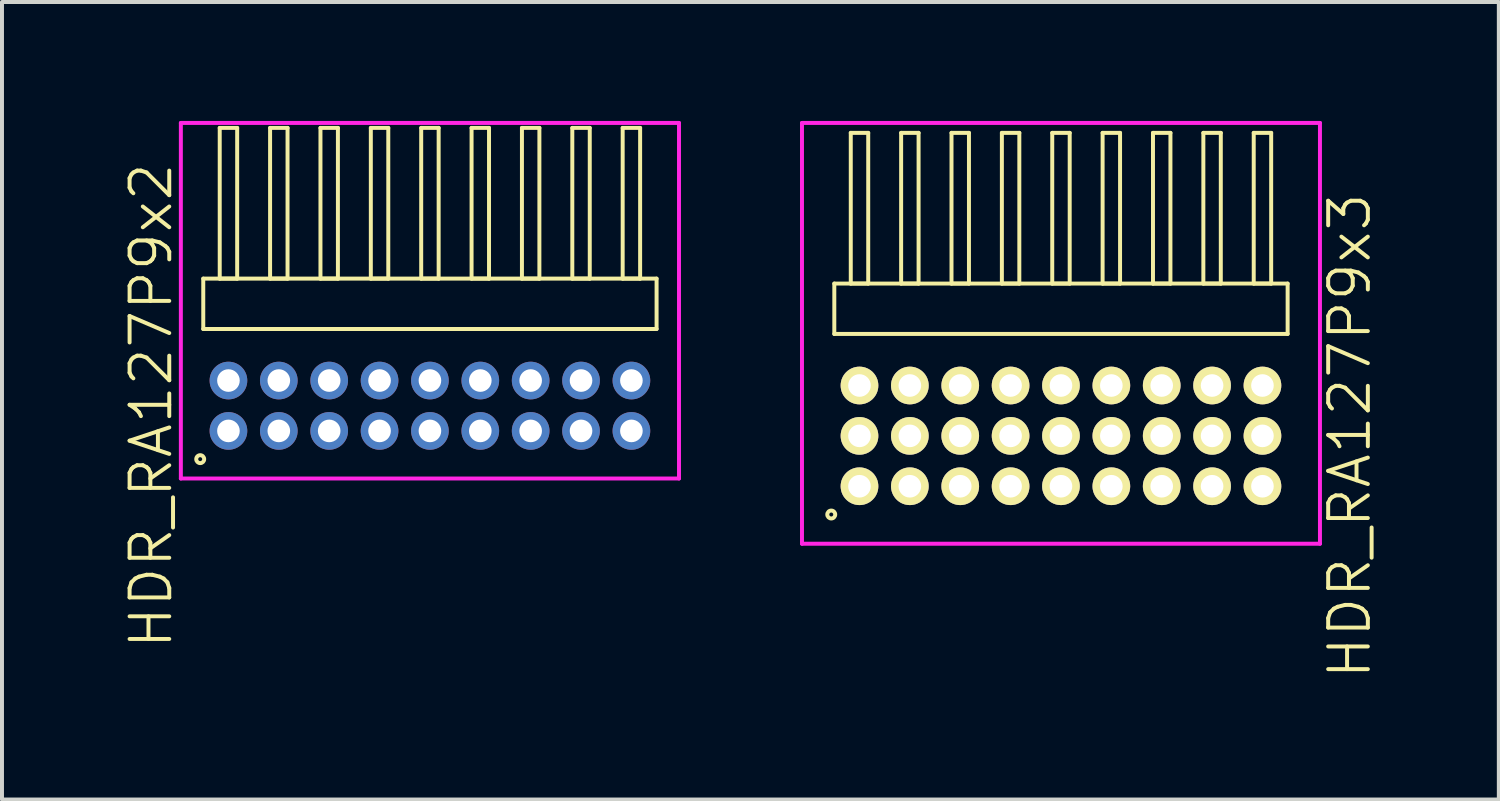
<source format=kicad_pcb>
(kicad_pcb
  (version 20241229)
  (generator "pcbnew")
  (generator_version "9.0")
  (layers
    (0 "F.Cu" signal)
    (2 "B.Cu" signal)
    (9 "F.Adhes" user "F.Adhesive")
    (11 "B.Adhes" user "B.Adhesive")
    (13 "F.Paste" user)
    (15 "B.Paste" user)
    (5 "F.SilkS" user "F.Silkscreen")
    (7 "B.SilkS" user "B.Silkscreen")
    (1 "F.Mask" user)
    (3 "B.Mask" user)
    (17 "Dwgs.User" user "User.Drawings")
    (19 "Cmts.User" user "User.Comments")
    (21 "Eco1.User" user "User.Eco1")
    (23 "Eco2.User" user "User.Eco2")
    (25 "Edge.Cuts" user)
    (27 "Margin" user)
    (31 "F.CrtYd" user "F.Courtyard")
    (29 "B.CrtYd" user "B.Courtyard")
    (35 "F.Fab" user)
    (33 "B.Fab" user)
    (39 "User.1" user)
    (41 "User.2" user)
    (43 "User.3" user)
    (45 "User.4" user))
  (footprint "HDR_RA127P9x3"
    (layer "F.Cu")
    (at 23.701 7.94)
    (property "Reference" "HDR_RA127P9x3" (at 7.28 0 90) (layer "F.SilkS") (effects (font (size 1 1) (thickness 0.1))))
    (attr through_hole)
    (fp_line (start -5.715 -3.84) (end -5.715 -2.57) (stroke (width 0.1) (type solid)) (layer "F.SilkS"))
    (fp_line (start -5.715 -2.57) (end 5.715 -2.57) (stroke (width 0.1) (type solid)) (layer "F.SilkS"))
    (fp_line (start -5.3 -7.64) (end -5.3 -3.84) (stroke (width 0.1) (type solid)) (layer "F.SilkS"))
    (fp_line (start -5.3 -3.84) (end -4.86 -3.84) (stroke (width 0.1) (type solid)) (layer "F.SilkS"))
    (fp_line (start -4.86 -7.64) (end -5.3 -7.64) (stroke (width 0.1) (type solid)) (layer "F.SilkS"))
    (fp_line (start -4.86 -3.84) (end -4.86 -7.64) (stroke (width 0.1) (type solid)) (layer "F.SilkS"))
    (fp_line (start -4.03 -7.64) (end -4.03 -3.84) (stroke (width 0.1) (type solid)) (layer "F.SilkS"))
    (fp_line (start -4.03 -3.84) (end -3.59 -3.84) (stroke (width 0.1) (type solid)) (layer "F.SilkS"))
    (fp_line (start -3.59 -7.64) (end -4.03 -7.64) (stroke (width 0.1) (type solid)) (layer "F.SilkS"))
    (fp_line (start -3.59 -3.84) (end -3.59 -7.64) (stroke (width 0.1) (type solid)) (layer "F.SilkS"))
    (fp_line (start -2.76 -7.64) (end -2.76 -3.84) (stroke (width 0.1) (type solid)) (layer "F.SilkS"))
    (fp_line (start -2.76 -3.84) (end -2.32 -3.84) (stroke (width 0.1) (type solid)) (layer "F.SilkS"))
    (fp_line (start -2.32 -7.64) (end -2.76 -7.64) (stroke (width 0.1) (type solid)) (layer "F.SilkS"))
    (fp_line (start -2.32 -3.84) (end -2.32 -7.64) (stroke (width 0.1) (type solid)) (layer "F.SilkS"))
    (fp_line (start -1.49 -7.64) (end -1.49 -3.84) (stroke (width 0.1) (type solid)) (layer "F.SilkS"))
    (fp_line (start -1.49 -3.84) (end -1.05 -3.84) (stroke (width 0.1) (type solid)) (layer "F.SilkS"))
    (fp_line (start -1.05 -7.64) (end -1.49 -7.64) (stroke (width 0.1) (type solid)) (layer "F.SilkS"))
    (fp_line (start -1.05 -3.84) (end -1.05 -7.64) (stroke (width 0.1) (type solid)) (layer "F.SilkS"))
    (fp_line (start -0.22 -7.64) (end -0.22 -3.84) (stroke (width 0.1) (type solid)) (layer "F.SilkS"))
    (fp_line (start -0.22 -3.84) (end 0.22 -3.84) (stroke (width 0.1) (type solid)) (layer "F.SilkS"))
    (fp_line (start 0.22 -7.64) (end -0.22 -7.64) (stroke (width 0.1) (type solid)) (layer "F.SilkS"))
    (fp_line (start 0.22 -3.84) (end 0.22 -7.64) (stroke (width 0.1) (type solid)) (layer "F.SilkS"))
    (fp_line (start 1.05 -7.64) (end 1.05 -3.84) (stroke (width 0.1) (type solid)) (layer "F.SilkS"))
    (fp_line (start 1.05 -3.84) (end 1.49 -3.84) (stroke (width 0.1) (type solid)) (layer "F.SilkS"))
    (fp_line (start 1.49 -7.64) (end 1.05 -7.64) (stroke (width 0.1) (type solid)) (layer "F.SilkS"))
    (fp_line (start 1.49 -3.84) (end 1.49 -7.64) (stroke (width 0.1) (type solid)) (layer "F.SilkS"))
    (fp_line (start 2.32 -7.64) (end 2.32 -3.84) (stroke (width 0.1) (type solid)) (layer "F.SilkS"))
    (fp_line (start 2.32 -3.84) (end 2.76 -3.84) (stroke (width 0.1) (type solid)) (layer "F.SilkS"))
    (fp_line (start 2.76 -7.64) (end 2.32 -7.64) (stroke (width 0.1) (type solid)) (layer "F.SilkS"))
    (fp_line (start 2.76 -3.84) (end 2.76 -7.64) (stroke (width 0.1) (type solid)) (layer "F.SilkS"))
    (fp_line (start 3.59 -7.64) (end 3.59 -3.84) (stroke (width 0.1) (type solid)) (layer "F.SilkS"))
    (fp_line (start 3.59 -3.84) (end 4.03 -3.84) (stroke (width 0.1) (type solid)) (layer "F.SilkS"))
    (fp_line (start 4.03 -7.64) (end 3.59 -7.64) (stroke (width 0.1) (type solid)) (layer "F.SilkS"))
    (fp_line (start 4.03 -3.84) (end 4.03 -7.64) (stroke (width 0.1) (type solid)) (layer "F.SilkS"))
    (fp_line (start 4.86 -7.64) (end 4.86 -3.84) (stroke (width 0.1) (type solid)) (layer "F.SilkS"))
    (fp_line (start 4.86 -3.84) (end 5.3 -3.84) (stroke (width 0.1) (type solid)) (layer "F.SilkS"))
    (fp_line (start 5.3 -7.64) (end 4.86 -7.64) (stroke (width 0.1) (type solid)) (layer "F.SilkS"))
    (fp_line (start 5.3 -3.84) (end 5.3 -7.64) (stroke (width 0.1) (type solid)) (layer "F.SilkS"))
    (fp_line (start 5.715 -3.84) (end -5.715 -3.84) (stroke (width 0.1) (type solid)) (layer "F.SilkS"))
    (fp_line (start 5.715 -2.57) (end 5.715 -3.84) (stroke (width 0.1) (type solid)) (layer "F.SilkS"))
    (fp_circle (center -5.792 1.983) (end -5.692 1.983) (stroke (width 0.1) (type solid)) (fill no) (layer "F.SilkS"))
    (fp_line (start -6.53 -7.89) (end -6.53 2.72) (stroke (width 0.1) (type solid)) (layer "F.CrtYd"))
    (fp_line (start -6.53 2.72) (end 6.53 2.72) (stroke (width 0.1) (type solid)) (layer "F.CrtYd"))
    (fp_line (start 6.53 -7.89) (end -6.53 -7.89) (stroke (width 0.1) (type solid)) (layer "F.CrtYd"))
    (fp_line (start 6.53 2.72) (end 6.53 -7.89) (stroke (width 0.1) (type solid)) (layer "F.CrtYd"))
    (pad "1" thru_hole oval (at -5.08 1.27) (size 0.95 0.95) (drill 0.57) (layers "*.Cu" "*.Mask" "F.SilkS"))
    (pad "2" thru_hole oval (at -5.08 0) (size 0.95 0.95) (drill 0.57) (layers "*.Cu" "*.Mask" "F.SilkS"))
    (pad "3" thru_hole oval (at -5.08 -1.27) (size 0.95 0.95) (drill 0.57) (layers "*.Cu" "*.Mask" "F.SilkS"))
    (pad "4" thru_hole oval (at -3.81 1.27) (size 0.95 0.95) (drill 0.57) (layers "*.Cu" "*.Mask" "F.SilkS"))
    (pad "5" thru_hole oval (at -3.81 0) (size 0.95 0.95) (drill 0.57) (layers "*.Cu" "*.Mask" "F.SilkS"))
    (pad "6" thru_hole oval (at -3.81 -1.27) (size 0.95 0.95) (drill 0.57) (layers "*.Cu" "*.Mask" "F.SilkS"))
    (pad "7" thru_hole oval (at -2.54 1.27) (size 0.95 0.95) (drill 0.57) (layers "*.Cu" "*.Mask" "F.SilkS"))
    (pad "8" thru_hole oval (at -2.54 0) (size 0.95 0.95) (drill 0.57) (layers "*.Cu" "*.Mask" "F.SilkS"))
    (pad "9" thru_hole oval (at -2.54 -1.27) (size 0.95 0.95) (drill 0.57) (layers "*.Cu" "*.Mask" "F.SilkS"))
    (pad "10" thru_hole oval (at -1.27 1.27) (size 0.95 0.95) (drill 0.57) (layers "*.Cu" "*.Mask" "F.SilkS"))
    (pad "11" thru_hole oval (at -1.27 0) (size 0.95 0.95) (drill 0.57) (layers "*.Cu" "*.Mask" "F.SilkS"))
    (pad "12" thru_hole oval (at -1.27 -1.27) (size 0.95 0.95) (drill 0.57) (layers "*.Cu" "*.Mask" "F.SilkS"))
    (pad "13" thru_hole oval (at 0 1.27) (size 0.95 0.95) (drill 0.57) (layers "*.Cu" "*.Mask" "F.SilkS"))
    (pad "14" thru_hole oval (at 0 0) (size 0.95 0.95) (drill 0.57) (layers "*.Cu" "*.Mask" "F.SilkS"))
    (pad "15" thru_hole oval (at 0 -1.27) (size 0.95 0.95) (drill 0.57) (layers "*.Cu" "*.Mask" "F.SilkS"))
    (pad "16" thru_hole oval (at 1.27 1.27) (size 0.95 0.95) (drill 0.57) (layers "*.Cu" "*.Mask" "F.SilkS"))
    (pad "17" thru_hole oval (at 1.27 0) (size 0.95 0.95) (drill 0.57) (layers "*.Cu" "*.Mask" "F.SilkS"))
    (pad "18" thru_hole oval (at 1.27 -1.27) (size 0.95 0.95) (drill 0.57) (layers "*.Cu" "*.Mask" "F.SilkS"))
    (pad "19" thru_hole oval (at 2.54 1.27) (size 0.95 0.95) (drill 0.57) (layers "*.Cu" "*.Mask" "F.SilkS"))
    (pad "20" thru_hole oval (at 2.54 0) (size 0.95 0.95) (drill 0.57) (layers "*.Cu" "*.Mask" "F.SilkS"))
    (pad "21" thru_hole oval (at 2.54 -1.27) (size 0.95 0.95) (drill 0.57) (layers "*.Cu" "*.Mask" "F.SilkS"))
    (pad "22" thru_hole oval (at 3.81 1.27) (size 0.95 0.95) (drill 0.57) (layers "*.Cu" "*.Mask" "F.SilkS"))
    (pad "23" thru_hole oval (at 3.81 0) (size 0.95 0.95) (drill 0.57) (layers "*.Cu" "*.Mask" "F.SilkS"))
    (pad "24" thru_hole oval (at 3.81 -1.27) (size 0.95 0.95) (drill 0.57) (layers "*.Cu" "*.Mask" "F.SilkS"))
    (pad "25" thru_hole oval (at 5.08 1.27) (size 0.95 0.95) (drill 0.57) (layers "*.Cu" "*.Mask" "F.SilkS"))
    (pad "26" thru_hole oval (at 5.08 0) (size 0.95 0.95) (drill 0.57) (layers "*.Cu" "*.Mask" "F.SilkS"))
    (pad "27" thru_hole oval (at 5.08 -1.27) (size 0.95 0.95) (drill 0.57) (layers "*.Cu" "*.Mask" "F.SilkS")))
  (footprint "HDR_RA127P9x2"
    (layer "F.Cu")
    (at 7.79 7.18)
    (property "Reference" "HDR_RA127P9x2" (at -7.03 0 90) (layer "F.SilkS") (effects (font (size 1 1) (thickness 0.1))))
    (attr through_hole)
    (fp_line (start -5.715 -3.205) (end -5.715 -1.935) (stroke (width 0.1) (type solid)) (layer "F.SilkS"))
    (fp_line (start -5.715 -1.935) (end 5.715 -1.935) (stroke (width 0.1) (type solid)) (layer "F.SilkS"))
    (fp_line (start -5.3 -7.005) (end -5.3 -3.205) (stroke (width 0.1) (type solid)) (layer "F.SilkS"))
    (fp_line (start -5.3 -3.205) (end -4.86 -3.205) (stroke (width 0.1) (type solid)) (layer "F.SilkS"))
    (fp_line (start -4.86 -7.005) (end -5.3 -7.005) (stroke (width 0.1) (type solid)) (layer "F.SilkS"))
    (fp_line (start -4.86 -3.205) (end -4.86 -7.005) (stroke (width 0.1) (type solid)) (layer "F.SilkS"))
    (fp_line (start -4.03 -7.005) (end -4.03 -3.205) (stroke (width 0.1) (type solid)) (layer "F.SilkS"))
    (fp_line (start -4.03 -3.205) (end -3.59 -3.205) (stroke (width 0.1) (type solid)) (layer "F.SilkS"))
    (fp_line (start -3.59 -7.005) (end -4.03 -7.005) (stroke (width 0.1) (type solid)) (layer "F.SilkS"))
    (fp_line (start -3.59 -3.205) (end -3.59 -7.005) (stroke (width 0.1) (type solid)) (layer "F.SilkS"))
    (fp_line (start -2.76 -7.005) (end -2.76 -3.205) (stroke (width 0.1) (type solid)) (layer "F.SilkS"))
    (fp_line (start -2.76 -3.205) (end -2.32 -3.205) (stroke (width 0.1) (type solid)) (layer "F.SilkS"))
    (fp_line (start -2.32 -7.005) (end -2.76 -7.005) (stroke (width 0.1) (type solid)) (layer "F.SilkS"))
    (fp_line (start -2.32 -3.205) (end -2.32 -7.005) (stroke (width 0.1) (type solid)) (layer "F.SilkS"))
    (fp_line (start -1.49 -7.005) (end -1.49 -3.205) (stroke (width 0.1) (type solid)) (layer "F.SilkS"))
    (fp_line (start -1.49 -3.205) (end -1.05 -3.205) (stroke (width 0.1) (type solid)) (layer "F.SilkS"))
    (fp_line (start -1.05 -7.005) (end -1.49 -7.005) (stroke (width 0.1) (type solid)) (layer "F.SilkS"))
    (fp_line (start -1.05 -3.205) (end -1.05 -7.005) (stroke (width 0.1) (type solid)) (layer "F.SilkS"))
    (fp_line (start -0.22 -7.005) (end -0.22 -3.205) (stroke (width 0.1) (type solid)) (layer "F.SilkS"))
    (fp_line (start -0.22 -3.205) (end 0.22 -3.205) (stroke (width 0.1) (type solid)) (layer "F.SilkS"))
    (fp_line (start 0.22 -7.005) (end -0.22 -7.005) (stroke (width 0.1) (type solid)) (layer "F.SilkS"))
    (fp_line (start 0.22 -3.205) (end 0.22 -7.005) (stroke (width 0.1) (type solid)) (layer "F.SilkS"))
    (fp_line (start 1.05 -7.005) (end 1.05 -3.205) (stroke (width 0.1) (type solid)) (layer "F.SilkS"))
    (fp_line (start 1.05 -3.205) (end 1.49 -3.205) (stroke (width 0.1) (type solid)) (layer "F.SilkS"))
    (fp_line (start 1.49 -7.005) (end 1.05 -7.005) (stroke (width 0.1) (type solid)) (layer "F.SilkS"))
    (fp_line (start 1.49 -3.205) (end 1.49 -7.005) (stroke (width 0.1) (type solid)) (layer "F.SilkS"))
    (fp_line (start 2.32 -7.005) (end 2.32 -3.205) (stroke (width 0.1) (type solid)) (layer "F.SilkS"))
    (fp_line (start 2.32 -3.205) (end 2.76 -3.205) (stroke (width 0.1) (type solid)) (layer "F.SilkS"))
    (fp_line (start 2.76 -7.005) (end 2.32 -7.005) (stroke (width 0.1) (type solid)) (layer "F.SilkS"))
    (fp_line (start 2.76 -3.205) (end 2.76 -7.005) (stroke (width 0.1) (type solid)) (layer "F.SilkS"))
    (fp_line (start 3.59 -7.005) (end 3.59 -3.205) (stroke (width 0.1) (type solid)) (layer "F.SilkS"))
    (fp_line (start 3.59 -3.205) (end 4.03 -3.205) (stroke (width 0.1) (type solid)) (layer "F.SilkS"))
    (fp_line (start 4.03 -7.005) (end 3.59 -7.005) (stroke (width 0.1) (type solid)) (layer "F.SilkS"))
    (fp_line (start 4.03 -3.205) (end 4.03 -7.005) (stroke (width 0.1) (type solid)) (layer "F.SilkS"))
    (fp_line (start 4.86 -7.005) (end 4.86 -3.205) (stroke (width 0.1) (type solid)) (layer "F.SilkS"))
    (fp_line (start 4.86 -3.205) (end 5.3 -3.205) (stroke (width 0.1) (type solid)) (layer "F.SilkS"))
    (fp_line (start 5.3 -7.005) (end 4.86 -7.005) (stroke (width 0.1) (type solid)) (layer "F.SilkS"))
    (fp_line (start 5.3 -3.205) (end 5.3 -7.005) (stroke (width 0.1) (type solid)) (layer "F.SilkS"))
    (fp_line (start 5.715 -3.205) (end -5.715 -3.205) (stroke (width 0.1) (type solid)) (layer "F.SilkS"))
    (fp_line (start 5.715 -1.935) (end 5.715 -3.205) (stroke (width 0.1) (type solid)) (layer "F.SilkS"))
    (fp_circle (center -5.792 1.347) (end -5.692 1.347) (stroke (width 0.1) (type solid)) (fill no) (layer "F.SilkS"))
    (fp_line (start -6.28 -7.13) (end -6.28 1.835) (stroke (width 0.1) (type solid)) (layer "F.CrtYd"))
    (fp_line (start -6.28 1.835) (end 6.28 1.835) (stroke (width 0.1) (type solid)) (layer "F.CrtYd"))
    (fp_line (start 6.28 -7.13) (end -6.28 -7.13) (stroke (width 0.1) (type solid)) (layer "F.CrtYd"))
    (fp_line (start 6.28 1.835) (end 6.28 -7.13) (stroke (width 0.1) (type solid)) (layer "F.CrtYd"))
    (pad "1" thru_hole oval (at -5.08 0.635) (size 0.95 0.95) (drill 0.57) (layers "*.Cu" "*.Mask"))
    (pad "2" thru_hole oval (at -5.08 -0.635) (size 0.95 0.95) (drill 0.57) (layers "*.Cu" "*.Mask"))
    (pad "3" thru_hole oval (at -3.81 0.635) (size 0.95 0.95) (drill 0.57) (layers "*.Cu" "*.Mask"))
    (pad "4" thru_hole oval (at -3.81 -0.635) (size 0.95 0.95) (drill 0.57) (layers "*.Cu" "*.Mask"))
    (pad "5" thru_hole oval (at -2.54 0.635) (size 0.95 0.95) (drill 0.57) (layers "*.Cu" "*.Mask"))
    (pad "6" thru_hole oval (at -2.54 -0.635) (size 0.95 0.95) (drill 0.57) (layers "*.Cu" "*.Mask"))
    (pad "7" thru_hole oval (at -1.27 0.635) (size 0.95 0.95) (drill 0.57) (layers "*.Cu" "*.Mask"))
    (pad "8" thru_hole oval (at -1.27 -0.635) (size 0.95 0.95) (drill 0.57) (layers "*.Cu" "*.Mask"))
    (pad "9" thru_hole oval (at 0 0.635) (size 0.95 0.95) (drill 0.57) (layers "*.Cu" "*.Mask"))
    (pad "10" thru_hole oval (at 0 -0.635) (size 0.95 0.95) (drill 0.57) (layers "*.Cu" "*.Mask"))
    (pad "11" thru_hole oval (at 1.27 0.635) (size 0.95 0.95) (drill 0.57) (layers "*.Cu" "*.Mask"))
    (pad "12" thru_hole oval (at 1.27 -0.635) (size 0.95 0.95) (drill 0.57) (layers "*.Cu" "*.Mask"))
    (pad "13" thru_hole oval (at 2.54 0.635) (size 0.95 0.95) (drill 0.57) (layers "*.Cu" "*.Mask"))
    (pad "14" thru_hole oval (at 2.54 -0.635) (size 0.95 0.95) (drill 0.57) (layers "*.Cu" "*.Mask"))
    (pad "15" thru_hole oval (at 3.81 0.635) (size 0.95 0.95) (drill 0.57) (layers "*.Cu" "*.Mask"))
    (pad "16" thru_hole oval (at 3.81 -0.635) (size 0.95 0.95) (drill 0.57) (layers "*.Cu" "*.Mask"))
    (pad "17" thru_hole oval (at 5.08 0.635) (size 0.95 0.95) (drill 0.57) (layers "*.Cu" "*.Mask"))
    (pad "18" thru_hole oval (at 5.08 -0.635) (size 0.95 0.95) (drill 0.57) (layers "*.Cu" "*.Mask")))
  (gr_rect
    (start -3 -3)
    (end 34.741 17.109)
    (stroke (width 0.1) (type default))
    (fill no)
    (layer "Edge.Cuts")))
</source>
